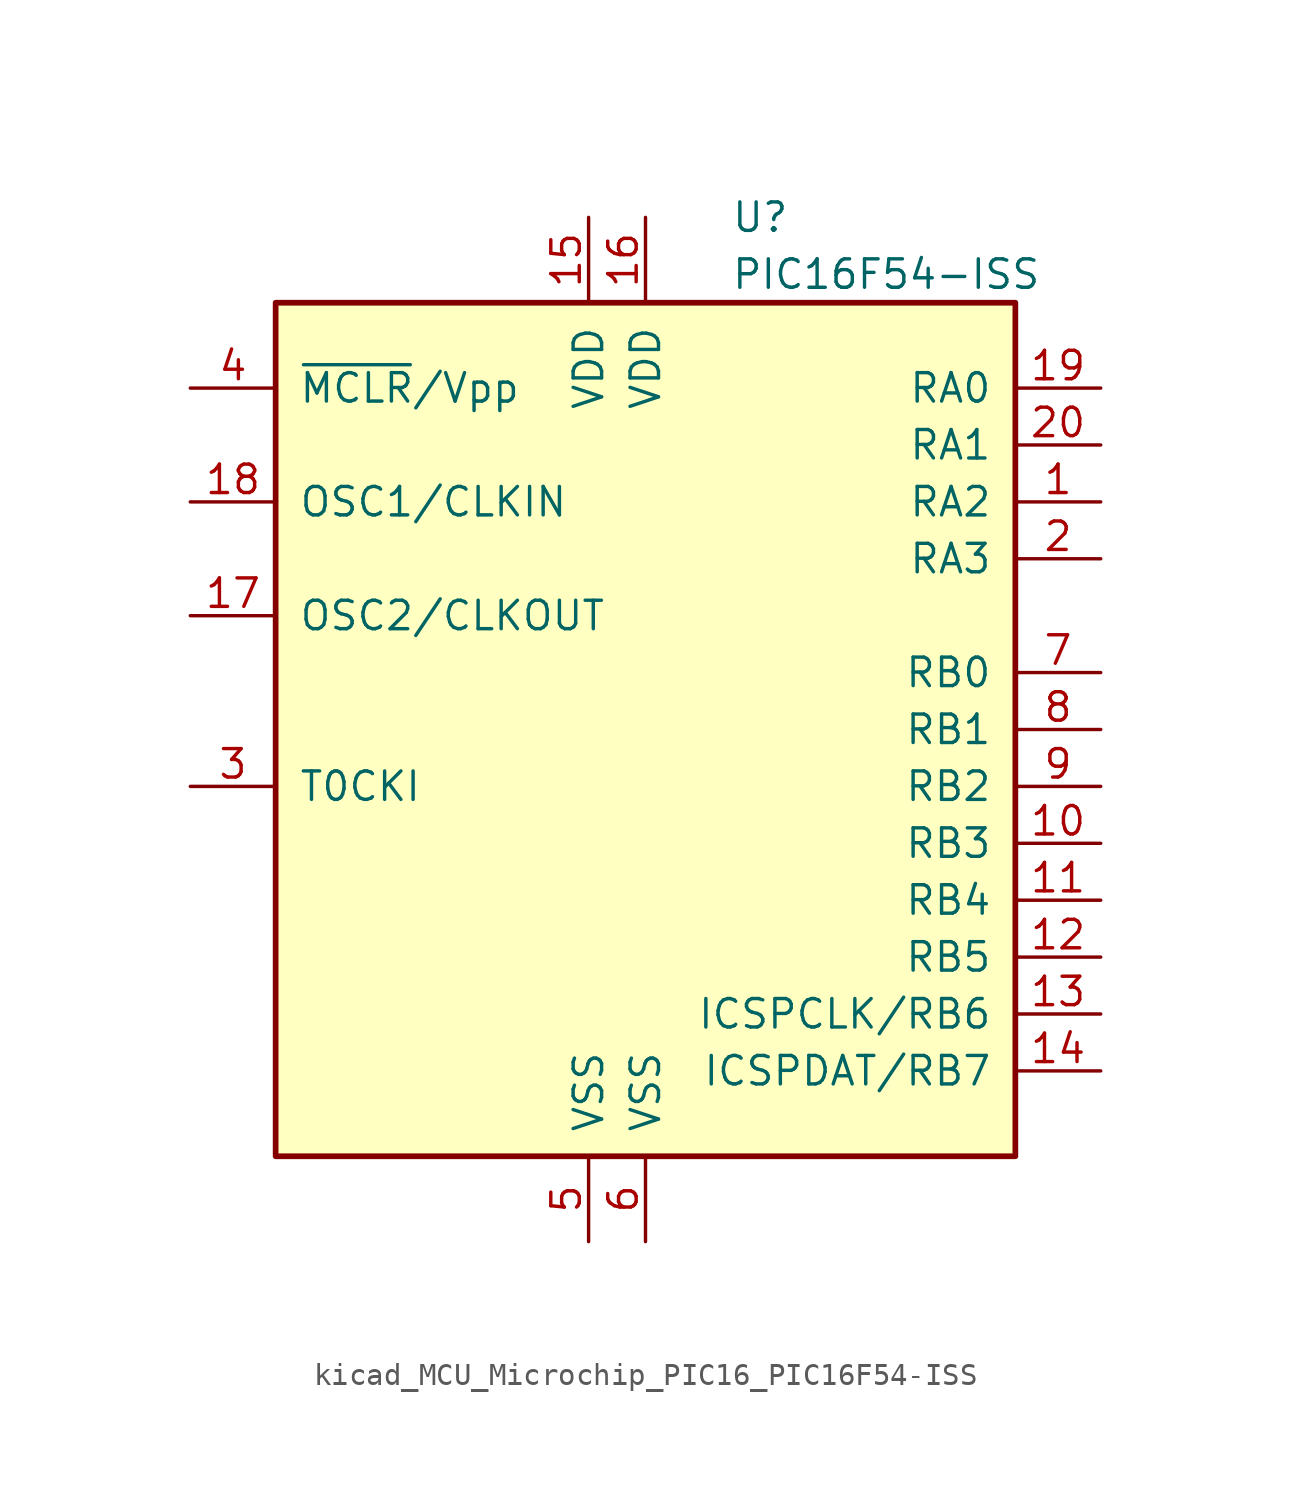
<source format=kicad_sym>
(kicad_symbol_lib
  (version 20220914)
  (generator kicad_symbol_editor)
  (symbol "kicad_MCU_Microchip_PIC16_PIC16F54-ISS"
    (pin_names
      (offset 1.016))
    (property "Reference" "U"
      (at 3.81 22.86 0)
      (effects (font (size 1.27 1.27)) (justify left)))
    (property "Value" "PIC16F54-ISS"
      (at 3.81 20.32 0)
      (effects (font (size 1.27 1.27)) (justify left)))
    (symbol "kicad_MCU_Microchip_PIC16_PIC16F54-ISS_0_1"
      (rectangle (start -16.51 19.05) (end 16.51 -19.05) (stroke (width 0.254) (type default)) (fill (type background))))
    (symbol "kicad_MCU_Microchip_PIC16_PIC16F54-ISS_1_1"
      (pin bidirectional line (at 20.32 10.16 180) (length 3.81) (name "RA2" (effects (font (size 1.27 1.27)))) (number "1" (effects (font (size 1.27 1.27)))))
      (pin bidirectional line (at 20.32 -5.08 180) (length 3.81) (name "RB3" (effects (font (size 1.27 1.27)))) (number "10" (effects (font (size 1.27 1.27)))))
      (pin bidirectional line (at 20.32 -7.62 180) (length 3.81) (name "RB4" (effects (font (size 1.27 1.27)))) (number "11" (effects (font (size 1.27 1.27)))))
      (pin bidirectional line (at 20.32 -10.16 180) (length 3.81) (name "RB5" (effects (font (size 1.27 1.27)))) (number "12" (effects (font (size 1.27 1.27)))))
      (pin bidirectional line (at 20.32 -12.7 180) (length 3.81) (name "ICSPCLK/RB6" (effects (font (size 1.27 1.27)))) (number "13" (effects (font (size 1.27 1.27)))))
      (pin bidirectional line (at 20.32 -15.24 180) (length 3.81) (name "ICSPDAT/RB7" (effects (font (size 1.27 1.27)))) (number "14" (effects (font (size 1.27 1.27)))))
      (pin power_in line (at -2.54 22.86 270) (length 3.81) (name "VDD" (effects (font (size 1.27 1.27)))) (number "15" (effects (font (size 1.27 1.27)))))
      (pin power_in line (at 0 22.86 270) (length 3.81) (name "VDD" (effects (font (size 1.27 1.27)))) (number "16" (effects (font (size 1.27 1.27)))))
      (pin output line (at -20.32 5.08 0) (length 3.81) (name "OSC2/CLKOUT" (effects (font (size 1.27 1.27)))) (number "17" (effects (font (size 1.27 1.27)))))
      (pin input line (at -20.32 10.16 0) (length 3.81) (name "OSC1/CLKIN" (effects (font (size 1.27 1.27)))) (number "18" (effects (font (size 1.27 1.27)))))
      (pin bidirectional line (at 20.32 15.24 180) (length 3.81) (name "RA0" (effects (font (size 1.27 1.27)))) (number "19" (effects (font (size 1.27 1.27)))))
      (pin bidirectional line (at 20.32 7.62 180) (length 3.81) (name "RA3" (effects (font (size 1.27 1.27)))) (number "2" (effects (font (size 1.27 1.27)))))
      (pin bidirectional line (at 20.32 12.7 180) (length 3.81) (name "RA1" (effects (font (size 1.27 1.27)))) (number "20" (effects (font (size 1.27 1.27)))))
      (pin input line (at -20.32 -2.54 0) (length 3.81) (name "T0CKI" (effects (font (size 1.27 1.27)))) (number "3" (effects (font (size 1.27 1.27)))))
      (pin input line (at -20.32 15.24 0) (length 3.81) (name "~{MCLR}/Vpp" (effects (font (size 1.27 1.27)))) (number "4" (effects (font (size 1.27 1.27)))))
      (pin power_in line (at -2.54 -22.86 90) (length 3.81) (name "VSS" (effects (font (size 1.27 1.27)))) (number "5" (effects (font (size 1.27 1.27)))))
      (pin power_in line (at 0 -22.86 90) (length 3.81) (name "VSS" (effects (font (size 1.27 1.27)))) (number "6" (effects (font (size 1.27 1.27)))))
      (pin bidirectional line (at 20.32 2.54 180) (length 3.81) (name "RB0" (effects (font (size 1.27 1.27)))) (number "7" (effects (font (size 1.27 1.27)))))
      (pin bidirectional line (at 20.32 0 180) (length 3.81) (name "RB1" (effects (font (size 1.27 1.27)))) (number "8" (effects (font (size 1.27 1.27)))))
      (pin bidirectional line (at 20.32 -2.54 180) (length 3.81) (name "RB2" (effects (font (size 1.27 1.27)))) (number "9" (effects (font (size 1.27 1.27))))))))
</source>
